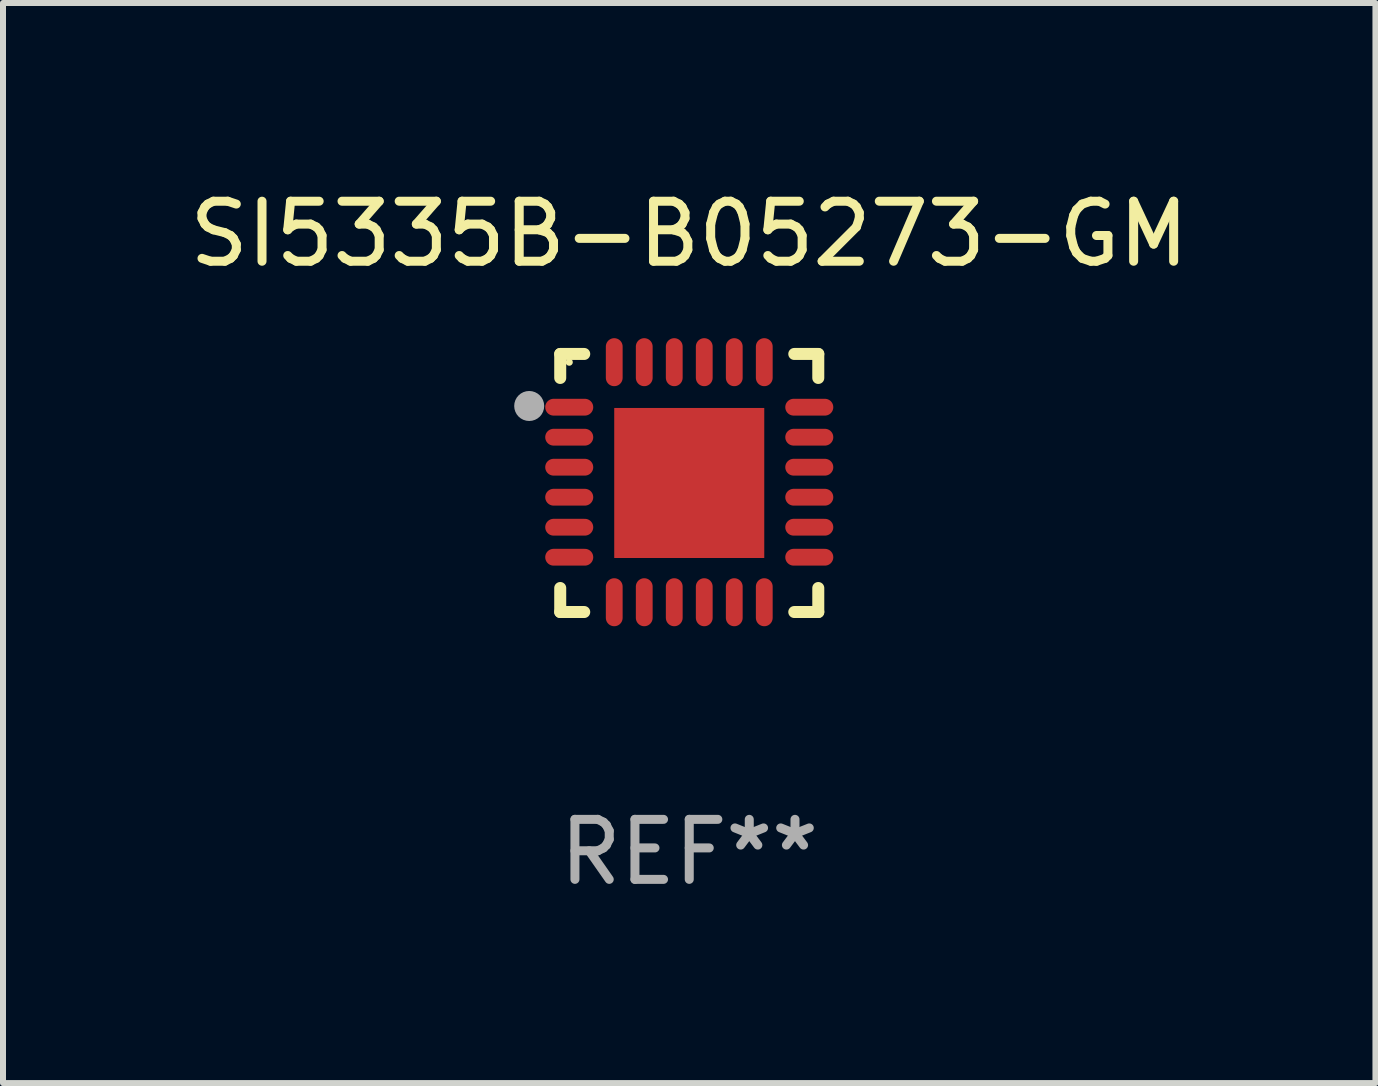
<source format=kicad_pcb>
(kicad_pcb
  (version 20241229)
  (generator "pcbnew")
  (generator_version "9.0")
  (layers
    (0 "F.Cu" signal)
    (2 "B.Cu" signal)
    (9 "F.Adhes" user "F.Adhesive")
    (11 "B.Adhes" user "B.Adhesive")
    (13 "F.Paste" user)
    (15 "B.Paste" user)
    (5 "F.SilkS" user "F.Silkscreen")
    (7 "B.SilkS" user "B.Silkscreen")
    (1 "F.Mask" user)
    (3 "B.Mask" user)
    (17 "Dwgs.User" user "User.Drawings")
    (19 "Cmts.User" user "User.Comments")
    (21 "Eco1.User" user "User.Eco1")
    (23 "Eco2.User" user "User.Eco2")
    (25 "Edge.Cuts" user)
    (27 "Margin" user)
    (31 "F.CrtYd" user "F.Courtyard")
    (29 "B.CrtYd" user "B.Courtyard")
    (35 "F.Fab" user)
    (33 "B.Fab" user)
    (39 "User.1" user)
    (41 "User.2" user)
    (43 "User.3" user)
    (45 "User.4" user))
  (footprint "SI5335B-B05273-GM"
    (layer "F.Cu")
    (at 8.435 4.998)
    (property "Reference" "SI5335B-B05273-GM" (at 0 -4.15 0) (layer "F.SilkS") (effects (font (size 1 1) (thickness 0.15))))
    (attr through_hole)
    (fp_line (start -2.15 -2.15) (end -1.75 -2.15) (stroke (width 0.2) (type solid)) (layer "F.SilkS"))
    (fp_line (start -2.15 -1.75) (end -2.15 -2.15) (stroke (width 0.2) (type solid)) (layer "F.SilkS"))
    (fp_line (start -2.15 2.15) (end -2.15 1.75) (stroke (width 0.2) (type solid)) (layer "F.SilkS"))
    (fp_line (start -1.75 2.15) (end -2.15 2.15) (stroke (width 0.2) (type solid)) (layer "F.SilkS"))
    (fp_line (start 1.75 -2.15) (end 2.15 -2.15) (stroke (width 0.2) (type solid)) (layer "F.SilkS"))
    (fp_line (start 1.75 2.15) (end 2.15 2.15) (stroke (width 0.2) (type solid)) (layer "F.SilkS"))
    (fp_line (start 2.15 -2.15) (end 2.15 -1.75) (stroke (width 0.2) (type solid)) (layer "F.SilkS"))
    (fp_line (start 2.15 2.15) (end 2.15 1.75) (stroke (width 0.2) (type solid)) (layer "F.SilkS"))
    (fp_circle (center -2 -2.013) (end -1.97 -2.013) (stroke (width 0.06) (type solid)) (fill no) (layer "F.SilkS"))
    (fp_circle (center -2.667 -1.283) (end -2.542 -1.283) (stroke (width 0.25) (type solid)) (fill no) (layer "F.Fab"))
    (fp_text user "REF**" (at 0 6.15 0) (layer "F.Fab") (effects (font (size 1 1) (thickness 0.15))))
    (pad "1" smd oval (at -2 -1.263) (size 0.8 0.28) (layers "F.Cu" "F.Mask" "F.Paste"))
    (pad "2" smd oval (at -2 -0.763) (size 0.8 0.28) (layers "F.Cu" "F.Mask" "F.Paste"))
    (pad "3" smd oval (at -2 -0.263) (size 0.8 0.28) (layers "F.Cu" "F.Mask" "F.Paste"))
    (pad "4" smd oval (at -2 0.237) (size 0.8 0.28) (layers "F.Cu" "F.Mask" "F.Paste"))
    (pad "5" smd oval (at -2 0.737) (size 0.8 0.28) (layers "F.Cu" "F.Mask" "F.Paste"))
    (pad "6" smd oval (at -2 1.237) (size 0.8 0.28) (layers "F.Cu" "F.Mask" "F.Paste"))
    (pad "7" smd oval (at -1.25 1.987) (size 0.28 0.8) (layers "F.Cu" "F.Mask" "F.Paste"))
    (pad "8" smd oval (at -0.75 1.987) (size 0.28 0.8) (layers "F.Cu" "F.Mask" "F.Paste"))
    (pad "9" smd oval (at -0.25 1.987) (size 0.28 0.8) (layers "F.Cu" "F.Mask" "F.Paste"))
    (pad "10" smd oval (at 0.25 1.987) (size 0.28 0.8) (layers "F.Cu" "F.Mask" "F.Paste"))
    (pad "11" smd oval (at 0.75 1.987) (size 0.28 0.8) (layers "F.Cu" "F.Mask" "F.Paste"))
    (pad "12" smd oval (at 1.25 1.987) (size 0.28 0.8) (layers "F.Cu" "F.Mask" "F.Paste"))
    (pad "13" smd oval (at 2 1.237) (size 0.8 0.28) (layers "F.Cu" "F.Mask" "F.Paste"))
    (pad "14" smd oval (at 2 0.737) (size 0.8 0.28) (layers "F.Cu" "F.Mask" "F.Paste"))
    (pad "15" smd oval (at 2 0.237) (size 0.8 0.28) (layers "F.Cu" "F.Mask" "F.Paste"))
    (pad "16" smd oval (at 2 -0.263) (size 0.8 0.28) (layers "F.Cu" "F.Mask" "F.Paste"))
    (pad "17" smd oval (at 2 -0.763) (size 0.8 0.28) (layers "F.Cu" "F.Mask" "F.Paste"))
    (pad "18" smd oval (at 2 -1.263) (size 0.8 0.28) (layers "F.Cu" "F.Mask" "F.Paste"))
    (pad "19" smd oval (at 1.25 -2.013) (size 0.28 0.8) (layers "F.Cu" "F.Mask" "F.Paste"))
    (pad "20" smd oval (at 0.75 -2.013) (size 0.28 0.8) (layers "F.Cu" "F.Mask" "F.Paste"))
    (pad "21" smd oval (at 0.25 -2.013) (size 0.28 0.8) (layers "F.Cu" "F.Mask" "F.Paste"))
    (pad "22" smd oval (at -0.25 -2.013) (size 0.28 0.8) (layers "F.Cu" "F.Mask" "F.Paste"))
    (pad "23" smd oval (at -0.75 -2.013) (size 0.28 0.8) (layers "F.Cu" "F.Mask" "F.Paste"))
    (pad "24" smd oval (at -1.25 -2.013) (size 0.28 0.8) (layers "F.Cu" "F.Mask" "F.Paste"))
    (pad "25" smd rect (at -0.000127 -0.00014) (size 2.5 2.5) (layers "F.Cu" "F.Mask" "F.Paste")))
  (gr_rect
    (start -3 -3)
    (end 19.869 14.997)
    (stroke (width 0.1) (type default))
    (fill no)
    (layer "Edge.Cuts")))
</source>
